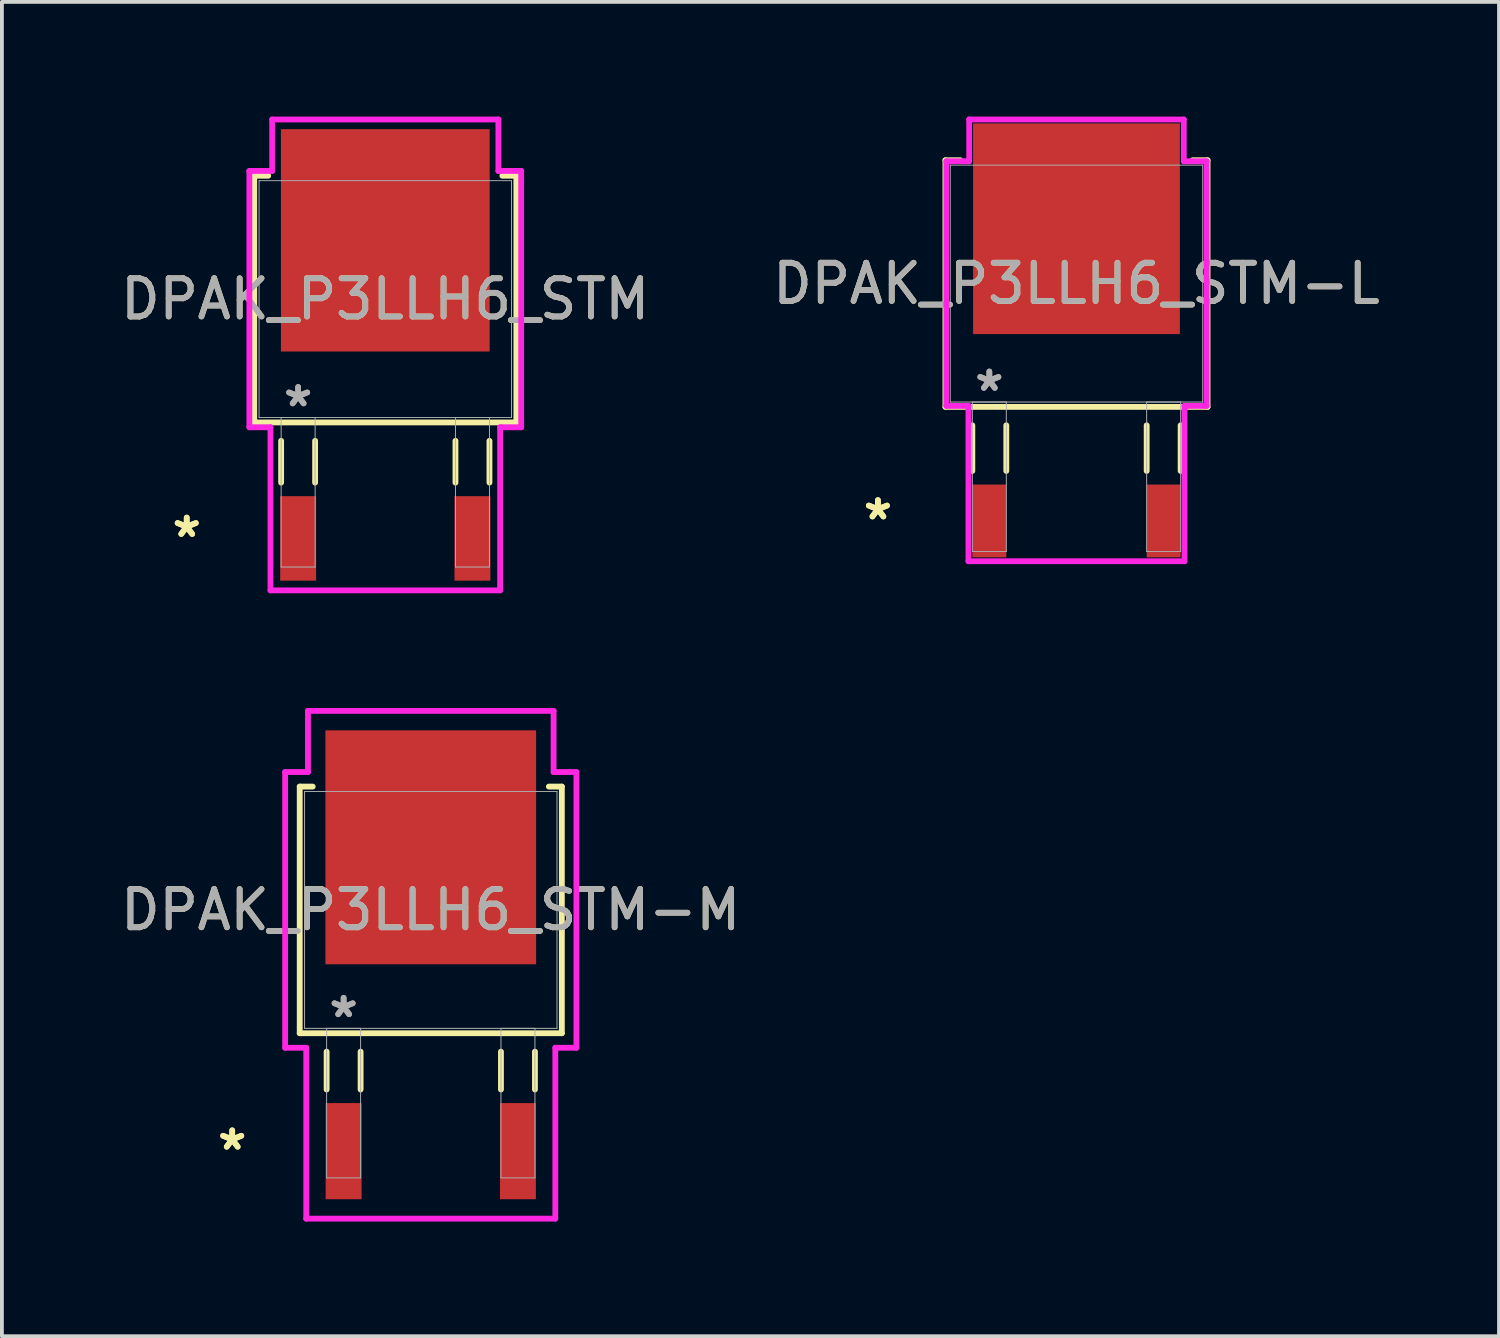
<source format=kicad_pcb>
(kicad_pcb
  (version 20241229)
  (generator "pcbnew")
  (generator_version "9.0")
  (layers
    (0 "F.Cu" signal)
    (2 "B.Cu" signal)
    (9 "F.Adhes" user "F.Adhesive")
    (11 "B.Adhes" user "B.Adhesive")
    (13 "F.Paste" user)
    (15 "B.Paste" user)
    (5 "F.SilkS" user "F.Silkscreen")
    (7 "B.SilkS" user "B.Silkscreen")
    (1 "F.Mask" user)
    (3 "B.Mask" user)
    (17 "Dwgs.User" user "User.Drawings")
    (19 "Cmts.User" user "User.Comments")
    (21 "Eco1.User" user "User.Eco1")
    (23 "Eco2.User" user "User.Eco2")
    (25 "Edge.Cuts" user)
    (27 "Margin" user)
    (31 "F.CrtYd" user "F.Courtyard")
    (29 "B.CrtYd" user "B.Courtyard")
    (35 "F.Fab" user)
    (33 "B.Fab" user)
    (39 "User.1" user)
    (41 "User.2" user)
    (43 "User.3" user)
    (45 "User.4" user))
  (footprint "DPAK_P3LLH6_STM-M"
    (layer "F.Cu")
    (at 8.22 20.755)
    (property "Reference" "DPAK_P3LLH6_STM-M" (at 0 0 0) (unlocked yes) (layer "F.SilkS") (effects (font (size 1 1) (thickness 0.15))))
    (attr smd)
    (fp_line (start -3.429 -3.226) (end -3.429 3.226) (stroke (width 0.152) (type solid)) (layer "F.SilkS"))
    (fp_line (start -3.429 3.226) (end 3.429 3.226) (stroke (width 0.152) (type solid)) (layer "F.SilkS"))
    (fp_line (start -3.089 -3.226) (end -3.429 -3.226) (stroke (width 0.152) (type solid)) (layer "F.SilkS"))
    (fp_line (start -2.725 3.708) (end -2.725 4.699) (stroke (width 0.152) (type solid)) (layer "F.SilkS"))
    (fp_line (start -1.836 3.708) (end -1.836 4.699) (stroke (width 0.152) (type solid)) (layer "F.SilkS"))
    (fp_line (start 1.836 3.708) (end 1.836 4.699) (stroke (width 0.152) (type solid)) (layer "F.SilkS"))
    (fp_line (start 2.725 3.708) (end 2.725 4.699) (stroke (width 0.152) (type solid)) (layer "F.SilkS"))
    (fp_line (start 3.429 -3.226) (end 3.089 -3.226) (stroke (width 0.152) (type solid)) (layer "F.SilkS"))
    (fp_line (start 3.429 3.226) (end 3.429 -3.226) (stroke (width 0.152) (type solid)) (layer "F.SilkS"))
    (fp_line (start -3.81 -3.607) (end -3.213 -3.607) (stroke (width 0.152) (type solid)) (layer "F.CrtYd"))
    (fp_line (start -3.81 3.607) (end -3.81 -3.607) (stroke (width 0.152) (type solid)) (layer "F.CrtYd"))
    (fp_line (start -3.258 3.607) (end -3.81 3.607) (stroke (width 0.152) (type solid)) (layer "F.CrtYd"))
    (fp_line (start -3.258 8.077) (end -3.258 3.607) (stroke (width 0.152) (type solid)) (layer "F.CrtYd"))
    (fp_line (start -3.213 -5.207) (end 3.213 -5.207) (stroke (width 0.152) (type solid)) (layer "F.CrtYd"))
    (fp_line (start -3.213 -3.607) (end -3.213 -5.207) (stroke (width 0.152) (type solid)) (layer "F.CrtYd"))
    (fp_line (start 3.213 -5.207) (end 3.213 -3.607) (stroke (width 0.152) (type solid)) (layer "F.CrtYd"))
    (fp_line (start 3.213 -3.607) (end 3.81 -3.607) (stroke (width 0.152) (type solid)) (layer "F.CrtYd"))
    (fp_line (start 3.258 3.607) (end 3.258 8.077) (stroke (width 0.152) (type solid)) (layer "F.CrtYd"))
    (fp_line (start 3.258 8.077) (end -3.258 8.077) (stroke (width 0.152) (type solid)) (layer "F.CrtYd"))
    (fp_line (start 3.81 -3.607) (end 3.81 3.607) (stroke (width 0.152) (type solid)) (layer "F.CrtYd"))
    (fp_line (start 3.81 3.607) (end 3.258 3.607) (stroke (width 0.152) (type solid)) (layer "F.CrtYd"))
    (fp_line (start -3.302 -3.099) (end -3.302 3.099) (stroke (width 0.025) (type solid)) (layer "F.Fab"))
    (fp_line (start -3.302 3.099) (end 3.302 3.099) (stroke (width 0.025) (type solid)) (layer "F.Fab"))
    (fp_line (start -2.725 3.099) (end -2.725 7.01) (stroke (width 0.025) (type solid)) (layer "F.Fab"))
    (fp_line (start -2.725 7.01) (end -1.836 7.01) (stroke (width 0.025) (type solid)) (layer "F.Fab"))
    (fp_line (start -1.836 3.099) (end -2.725 3.099) (stroke (width 0.025) (type solid)) (layer "F.Fab"))
    (fp_line (start -1.836 7.01) (end -1.836 3.099) (stroke (width 0.025) (type solid)) (layer "F.Fab"))
    (fp_line (start 1.836 3.099) (end 1.836 7.01) (stroke (width 0.025) (type solid)) (layer "F.Fab"))
    (fp_line (start 1.836 7.01) (end 2.725 7.01) (stroke (width 0.025) (type solid)) (layer "F.Fab"))
    (fp_line (start 2.725 3.099) (end 1.836 3.099) (stroke (width 0.025) (type solid)) (layer "F.Fab"))
    (fp_line (start 2.725 7.01) (end 2.725 3.099) (stroke (width 0.025) (type solid)) (layer "F.Fab"))
    (fp_line (start 3.302 -3.099) (end -3.302 -3.099) (stroke (width 0.025) (type solid)) (layer "F.Fab"))
    (fp_line (start 3.302 3.099) (end 3.302 -3.099) (stroke (width 0.025) (type solid)) (layer "F.Fab"))
    (fp_text user "*" (at -5.195 6.312 0) (layer "F.SilkS") (effects (font (size 1 1) (thickness 0.15))))
    (fp_text user "*" (at -5.195 6.312 0) (unlocked yes) (layer "F.SilkS") (effects (font (size 1 1) (thickness 0.15))))
    (fp_text user "${REFERENCE}" (at 0 0 0) (unlocked yes) (layer "F.Fab") (effects (font (size 1 1) (thickness 0.15))))
    (fp_text user "*" (at -2.28 2.845 0) (layer "F.Fab") (effects (font (size 1 1) (thickness 0.15))))
    (fp_text user "*" (at -2.28 2.845 0) (unlocked yes) (layer "F.Fab") (effects (font (size 1 1) (thickness 0.15))))
    (pad "1" smd rect (at -2.28 6.312) (size 0.94 2.515) (layers "F.Cu" "F.Mask" "F.Paste"))
    (pad "2" smd rect (at 0 -1.638) (size 5.512 6.121) (layers "F.Cu" "F.Mask" "F.Paste"))
    (pad "3" smd rect (at 2.28 6.312) (size 0.94 2.515) (layers "F.Cu" "F.Mask" "F.Paste")))
  (footprint "DPAK_P3LLH6_STM-L"
    (layer "F.Cu")
    (at 25.113 4.369)
    (property "Reference" "DPAK_P3LLH6_STM-L" (at 0 0 0) (unlocked yes) (layer "F.SilkS") (effects (font (size 1 1) (thickness 0.15))))
    (attr smd)
    (fp_line (start -3.429 -3.226) (end -3.429 3.226) (stroke (width 0.152) (type solid)) (layer "F.SilkS"))
    (fp_line (start -3.429 3.226) (end 3.429 3.226) (stroke (width 0.152) (type solid)) (layer "F.SilkS"))
    (fp_line (start -3.038 -3.226) (end -3.429 -3.226) (stroke (width 0.152) (type solid)) (layer "F.SilkS"))
    (fp_line (start -2.725 3.708) (end -2.725 4.902) (stroke (width 0.152) (type solid)) (layer "F.SilkS"))
    (fp_line (start -1.836 3.708) (end -1.836 4.902) (stroke (width 0.152) (type solid)) (layer "F.SilkS"))
    (fp_line (start 1.836 3.708) (end 1.836 4.902) (stroke (width 0.152) (type solid)) (layer "F.SilkS"))
    (fp_line (start 2.725 3.708) (end 2.725 4.902) (stroke (width 0.152) (type solid)) (layer "F.SilkS"))
    (fp_line (start 3.429 -3.226) (end 3.038 -3.226) (stroke (width 0.152) (type solid)) (layer "F.SilkS"))
    (fp_line (start 3.429 3.226) (end 3.429 -3.226) (stroke (width 0.152) (type solid)) (layer "F.SilkS"))
    (fp_line (start -3.404 -3.2) (end -2.807 -3.2) (stroke (width 0.152) (type solid)) (layer "F.CrtYd"))
    (fp_line (start -3.404 3.2) (end -3.404 -3.2) (stroke (width 0.152) (type solid)) (layer "F.CrtYd"))
    (fp_line (start -2.826 3.2) (end -3.404 3.2) (stroke (width 0.152) (type solid)) (layer "F.CrtYd"))
    (fp_line (start -2.826 7.264) (end -2.826 3.2) (stroke (width 0.152) (type solid)) (layer "F.CrtYd"))
    (fp_line (start -2.807 -4.293) (end 2.807 -4.293) (stroke (width 0.152) (type solid)) (layer "F.CrtYd"))
    (fp_line (start -2.807 -3.2) (end -2.807 -4.293) (stroke (width 0.152) (type solid)) (layer "F.CrtYd"))
    (fp_line (start 2.807 -4.293) (end 2.807 -3.2) (stroke (width 0.152) (type solid)) (layer "F.CrtYd"))
    (fp_line (start 2.807 -3.2) (end 3.404 -3.2) (stroke (width 0.152) (type solid)) (layer "F.CrtYd"))
    (fp_line (start 2.826 3.2) (end 2.826 7.264) (stroke (width 0.152) (type solid)) (layer "F.CrtYd"))
    (fp_line (start 2.826 7.264) (end -2.826 7.264) (stroke (width 0.152) (type solid)) (layer "F.CrtYd"))
    (fp_line (start 3.404 -3.2) (end 3.404 3.2) (stroke (width 0.152) (type solid)) (layer "F.CrtYd"))
    (fp_line (start 3.404 3.2) (end 2.826 3.2) (stroke (width 0.152) (type solid)) (layer "F.CrtYd"))
    (fp_line (start -3.302 -3.099) (end -3.302 3.099) (stroke (width 0.025) (type solid)) (layer "F.Fab"))
    (fp_line (start -3.302 3.099) (end 3.302 3.099) (stroke (width 0.025) (type solid)) (layer "F.Fab"))
    (fp_line (start -2.725 3.099) (end -2.725 7.01) (stroke (width 0.025) (type solid)) (layer "F.Fab"))
    (fp_line (start -2.725 7.01) (end -1.836 7.01) (stroke (width 0.025) (type solid)) (layer "F.Fab"))
    (fp_line (start -1.836 3.099) (end -2.725 3.099) (stroke (width 0.025) (type solid)) (layer "F.Fab"))
    (fp_line (start -1.836 7.01) (end -1.836 3.099) (stroke (width 0.025) (type solid)) (layer "F.Fab"))
    (fp_line (start 1.836 3.099) (end 1.836 7.01) (stroke (width 0.025) (type solid)) (layer "F.Fab"))
    (fp_line (start 1.836 7.01) (end 2.725 7.01) (stroke (width 0.025) (type solid)) (layer "F.Fab"))
    (fp_line (start 2.725 3.099) (end 1.836 3.099) (stroke (width 0.025) (type solid)) (layer "F.Fab"))
    (fp_line (start 2.725 7.01) (end 2.725 3.099) (stroke (width 0.025) (type solid)) (layer "F.Fab"))
    (fp_line (start 3.302 -3.099) (end -3.302 -3.099) (stroke (width 0.025) (type solid)) (layer "F.Fab"))
    (fp_line (start 3.302 3.099) (end 3.302 -3.099) (stroke (width 0.025) (type solid)) (layer "F.Fab"))
    (fp_text user "*" (at -5.195 6.21 0) (unlocked yes) (layer "F.SilkS") (effects (font (size 1 1) (thickness 0.15))))
    (fp_text user "*" (at -5.195 6.21 0) (layer "F.SilkS") (effects (font (size 1 1) (thickness 0.15))))
    (fp_text user "*" (at -2.28 2.845 0) (unlocked yes) (layer "F.Fab") (effects (font (size 1 1) (thickness 0.15))))
    (fp_text user "*" (at -2.28 2.845 0) (layer "F.Fab") (effects (font (size 1 1) (thickness 0.15))))
    (fp_text user "${REFERENCE}" (at 0 0 0) (unlocked yes) (layer "F.Fab") (effects (font (size 1 1) (thickness 0.15))))
    (pad "1" smd rect (at -2.28 6.21) (size 0.889 1.905) (layers "F.Cu" "F.Mask" "F.Paste"))
    (pad "2" smd rect (at 0 -1.435) (size 5.41 5.512) (layers "F.Cu" "F.Mask" "F.Paste"))
    (pad "3" smd rect (at 2.28 6.21) (size 0.889 1.905) (layers "F.Cu" "F.Mask" "F.Paste")))
  (footprint "DPAK_P3LLH6_STM"
    (layer "F.Cu")
    (at 7.03 4.775)
    (property "Reference" "DPAK_P3LLH6_STM" (at 0 0 0) (unlocked yes) (layer "F.SilkS") (effects (font (size 1 1) (thickness 0.15))))
    (attr smd)
    (fp_line (start -3.429 -3.226) (end -3.429 3.226) (stroke (width 0.152) (type solid)) (layer "F.SilkS"))
    (fp_line (start -3.429 3.226) (end 3.429 3.226) (stroke (width 0.152) (type solid)) (layer "F.SilkS"))
    (fp_line (start -3.063 -3.226) (end -3.429 -3.226) (stroke (width 0.152) (type solid)) (layer "F.SilkS"))
    (fp_line (start -2.725 3.708) (end -2.725 4.801) (stroke (width 0.152) (type solid)) (layer "F.SilkS"))
    (fp_line (start -1.836 3.708) (end -1.836 4.801) (stroke (width 0.152) (type solid)) (layer "F.SilkS"))
    (fp_line (start 1.836 3.708) (end 1.836 4.801) (stroke (width 0.152) (type solid)) (layer "F.SilkS"))
    (fp_line (start 2.725 3.708) (end 2.725 4.801) (stroke (width 0.152) (type solid)) (layer "F.SilkS"))
    (fp_line (start 3.429 -3.226) (end 3.063 -3.226) (stroke (width 0.152) (type solid)) (layer "F.SilkS"))
    (fp_line (start 3.429 3.226) (end 3.429 -3.226) (stroke (width 0.152) (type solid)) (layer "F.SilkS"))
    (fp_line (start -3.556 -3.353) (end -2.959 -3.353) (stroke (width 0.152) (type solid)) (layer "F.CrtYd"))
    (fp_line (start -3.556 3.353) (end -3.556 -3.353) (stroke (width 0.152) (type solid)) (layer "F.CrtYd"))
    (fp_line (start -3.004 3.353) (end -3.556 3.353) (stroke (width 0.152) (type solid)) (layer "F.CrtYd"))
    (fp_line (start -3.004 7.62) (end -3.004 3.353) (stroke (width 0.152) (type solid)) (layer "F.CrtYd"))
    (fp_line (start -2.959 -4.699) (end 2.959 -4.699) (stroke (width 0.152) (type solid)) (layer "F.CrtYd"))
    (fp_line (start -2.959 -3.353) (end -2.959 -4.699) (stroke (width 0.152) (type solid)) (layer "F.CrtYd"))
    (fp_line (start 2.959 -4.699) (end 2.959 -3.353) (stroke (width 0.152) (type solid)) (layer "F.CrtYd"))
    (fp_line (start 2.959 -3.353) (end 3.556 -3.353) (stroke (width 0.152) (type solid)) (layer "F.CrtYd"))
    (fp_line (start 3.004 3.353) (end 3.004 7.62) (stroke (width 0.152) (type solid)) (layer "F.CrtYd"))
    (fp_line (start 3.004 7.62) (end -3.004 7.62) (stroke (width 0.152) (type solid)) (layer "F.CrtYd"))
    (fp_line (start 3.556 -3.353) (end 3.556 3.353) (stroke (width 0.152) (type solid)) (layer "F.CrtYd"))
    (fp_line (start 3.556 3.353) (end 3.004 3.353) (stroke (width 0.152) (type solid)) (layer "F.CrtYd"))
    (fp_line (start -3.302 -3.099) (end -3.302 3.099) (stroke (width 0.025) (type solid)) (layer "F.Fab"))
    (fp_line (start -3.302 3.099) (end 3.302 3.099) (stroke (width 0.025) (type solid)) (layer "F.Fab"))
    (fp_line (start -2.725 3.099) (end -2.725 7.01) (stroke (width 0.025) (type solid)) (layer "F.Fab"))
    (fp_line (start -2.725 7.01) (end -1.836 7.01) (stroke (width 0.025) (type solid)) (layer "F.Fab"))
    (fp_line (start -1.836 3.099) (end -2.725 3.099) (stroke (width 0.025) (type solid)) (layer "F.Fab"))
    (fp_line (start -1.836 7.01) (end -1.836 3.099) (stroke (width 0.025) (type solid)) (layer "F.Fab"))
    (fp_line (start 1.836 3.099) (end 1.836 7.01) (stroke (width 0.025) (type solid)) (layer "F.Fab"))
    (fp_line (start 1.836 7.01) (end 2.725 7.01) (stroke (width 0.025) (type solid)) (layer "F.Fab"))
    (fp_line (start 2.725 3.099) (end 1.836 3.099) (stroke (width 0.025) (type solid)) (layer "F.Fab"))
    (fp_line (start 2.725 7.01) (end 2.725 3.099) (stroke (width 0.025) (type solid)) (layer "F.Fab"))
    (fp_line (start 3.302 -3.099) (end -3.302 -3.099) (stroke (width 0.025) (type solid)) (layer "F.Fab"))
    (fp_line (start 3.302 3.099) (end 3.302 -3.099) (stroke (width 0.025) (type solid)) (layer "F.Fab"))
    (fp_text user "*" (at -5.195 6.261 0) (layer "F.SilkS") (effects (font (size 1 1) (thickness 0.15))))
    (fp_text user "*" (at -5.195 6.261 0) (unlocked yes) (layer "F.SilkS") (effects (font (size 1 1) (thickness 0.15))))
    (fp_text user "${REFERENCE}" (at 0 0 0) (unlocked yes) (layer "F.Fab") (effects (font (size 1 1) (thickness 0.15))))
    (fp_text user "*" (at -2.28 2.845 0) (unlocked yes) (layer "F.Fab") (effects (font (size 1 1) (thickness 0.15))))
    (fp_text user "*" (at -2.28 2.845 0) (layer "F.Fab") (effects (font (size 1 1) (thickness 0.15))))
    (pad "1" smd rect (at -2.28 6.261) (size 0.94 2.21) (layers "F.Cu" "F.Mask" "F.Paste"))
    (pad "2" smd rect (at 0 -1.537) (size 5.461 5.817) (layers "F.Cu" "F.Mask" "F.Paste"))
    (pad "3" smd rect (at 2.28 6.261) (size 0.94 2.21) (layers "F.Cu" "F.Mask" "F.Paste")))
  (gr_rect
    (start -3 -3)
    (end 36.167 31.908)
    (stroke (width 0.1) (type default))
    (fill no)
    (layer "Edge.Cuts")))
</source>
